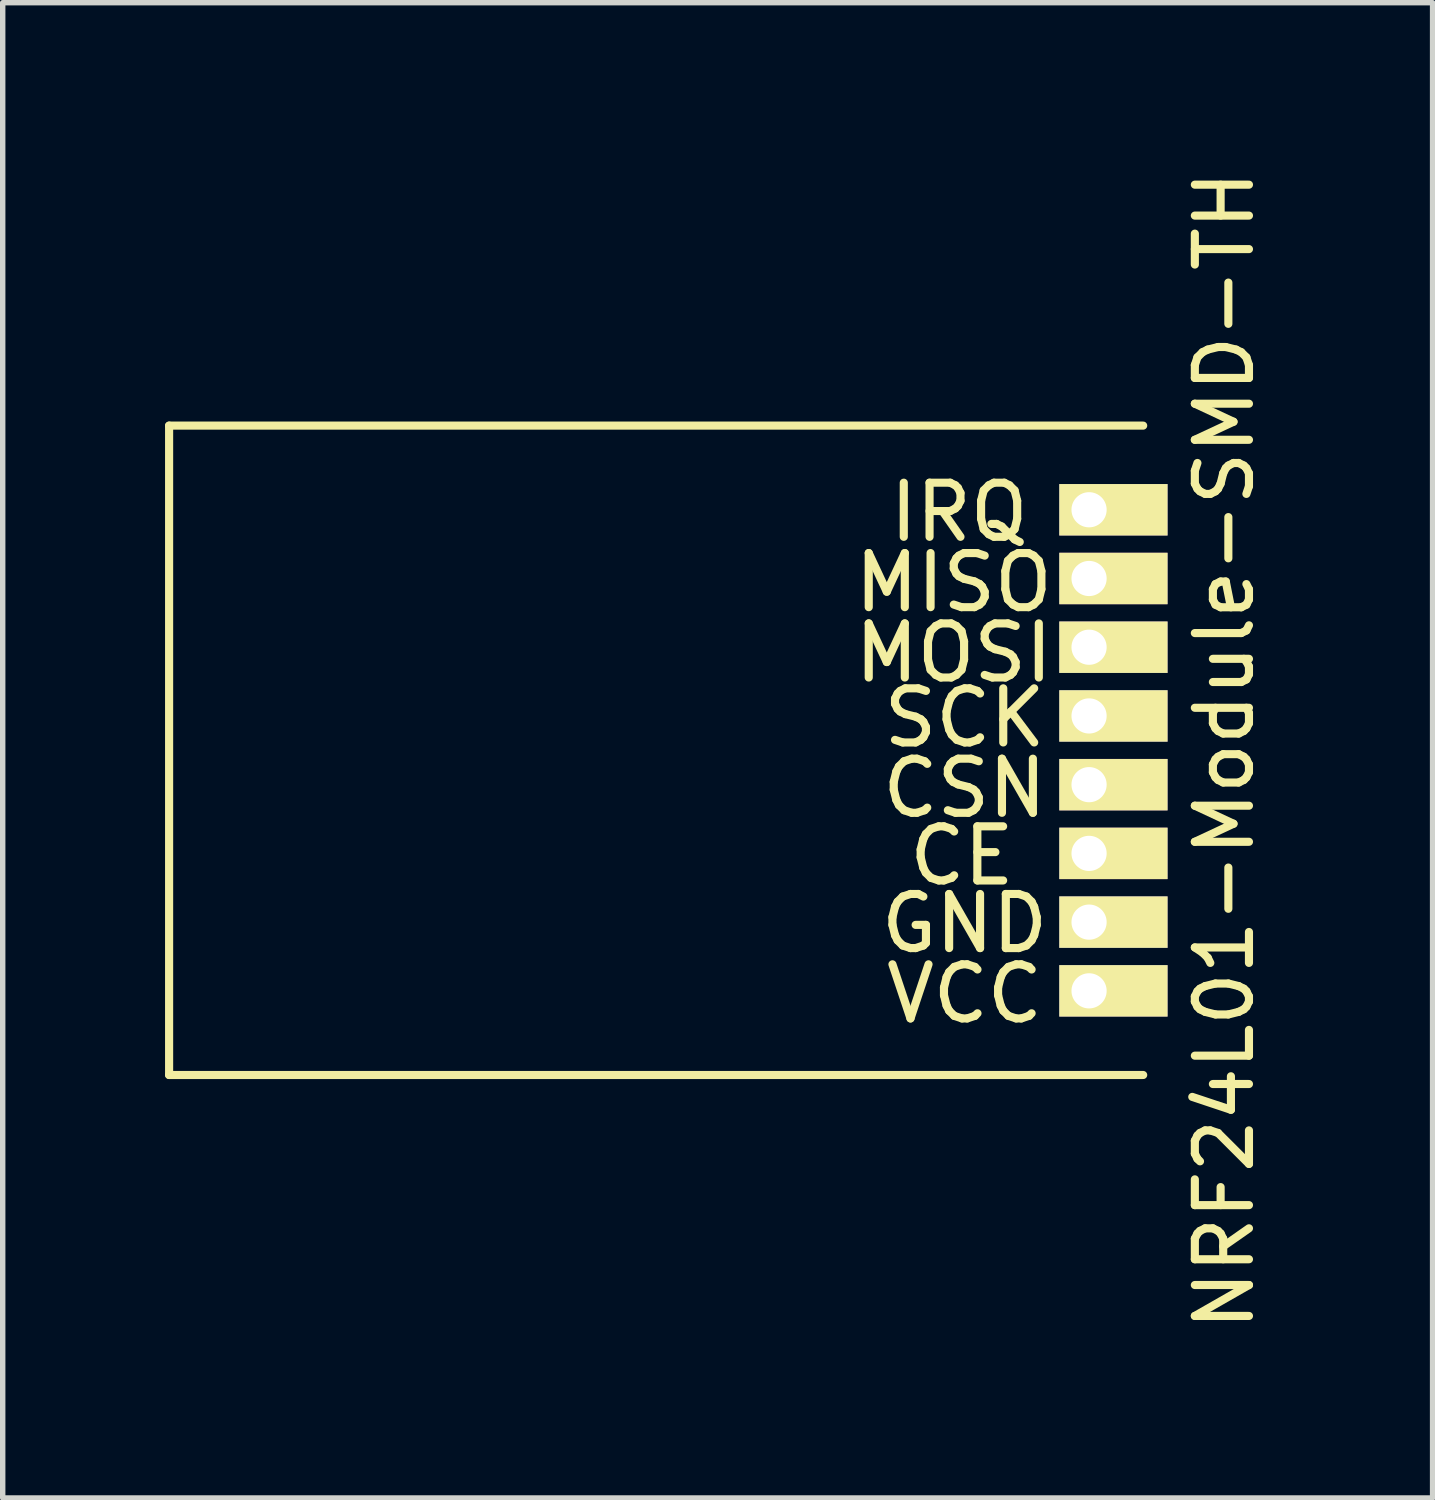
<source format=kicad_pcb>
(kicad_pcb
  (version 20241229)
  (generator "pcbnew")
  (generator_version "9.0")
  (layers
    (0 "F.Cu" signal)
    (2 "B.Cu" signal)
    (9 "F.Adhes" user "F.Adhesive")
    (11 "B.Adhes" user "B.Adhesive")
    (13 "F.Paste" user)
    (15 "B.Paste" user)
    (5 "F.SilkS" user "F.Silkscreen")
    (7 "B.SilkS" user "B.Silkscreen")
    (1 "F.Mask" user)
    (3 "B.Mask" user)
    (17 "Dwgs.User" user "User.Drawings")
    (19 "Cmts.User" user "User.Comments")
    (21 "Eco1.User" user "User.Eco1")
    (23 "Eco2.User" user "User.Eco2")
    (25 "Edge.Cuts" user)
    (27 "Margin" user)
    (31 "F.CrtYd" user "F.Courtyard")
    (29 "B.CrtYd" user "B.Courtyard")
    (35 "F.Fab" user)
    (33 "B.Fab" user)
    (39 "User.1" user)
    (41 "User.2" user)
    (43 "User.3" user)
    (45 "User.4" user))
  (footprint "NRF24L01-Module-SMD-TH"
    (layer "F.Cu")
    (at 17.075 10.815)
    (property "Reference" "NRF24L01-Module-SMD-TH" (at 2.5 0 270) (layer "F.SilkS") (effects (font (size 1 1) (thickness 0.15))))
    (attr through_hole)
    (fp_line (start -17 -6) (end -17 6) (stroke (width 0.15) (type solid)) (layer "F.SilkS"))
    (fp_line (start -17 6) (end 1 6) (stroke (width 0.15) (type solid)) (layer "F.SilkS"))
    (fp_line (start 1 -6) (end -17 -6) (stroke (width 0.15) (type solid)) (layer "F.SilkS"))
    (fp_text user "MOSI" (at -2.5 -1.8 0) (layer "F.SilkS") (effects (font (size 1 1) (thickness 0.15))))
    (fp_text user "MISO" (at -2.5 -3.1 0) (layer "F.SilkS") (effects (font (size 1 1) (thickness 0.15))))
    (fp_text user "IRQ" (at -2.4 -4.4 0) (layer "F.SilkS") (effects (font (size 1 1) (thickness 0.15))))
    (fp_text user "CE" (at -2.35 1.95 0) (layer "F.SilkS") (effects (font (size 1 1) (thickness 0.15))))
    (fp_text user "SCK" (at -2.3 -0.6 0) (layer "F.SilkS") (effects (font (size 1 1) (thickness 0.15))))
    (fp_text user "CSN" (at -2.3 0.7 0) (layer "F.SilkS") (effects (font (size 1 1) (thickness 0.15))))
    (fp_text user "VCC" (at -2.3 4.5 0) (layer "F.SilkS") (effects (font (size 1 1) (thickness 0.15))))
    (fp_text user "GND" (at -2.3 3.2 0) (layer "F.SilkS") (effects (font (size 1 1) (thickness 0.15))))
    (pad "1" thru_hole rect (at 0 4.445) (size 2 0.95) (drill 0.65 (offset 0.45 0)) (layers "*.Cu" "*.Mask" "F.SilkS"))
    (pad "2" thru_hole rect (at 0 3.175) (size 2 0.95) (drill 0.65 (offset 0.45 0)) (layers "*.Cu" "*.Mask" "F.SilkS"))
    (pad "3" thru_hole rect (at 0 1.905) (size 2 0.95) (drill 0.65 (offset 0.45 0)) (layers "*.Cu" "*.Mask" "F.SilkS"))
    (pad "4" thru_hole rect (at 0 0.635) (size 2 0.95) (drill 0.65 (offset 0.45 0)) (layers "*.Cu" "*.Mask" "F.SilkS"))
    (pad "5" thru_hole rect (at 0 -0.635) (size 2 0.95) (drill 0.65 (offset 0.45 0)) (layers "*.Cu" "*.Mask" "F.SilkS"))
    (pad "6" thru_hole rect (at 0 -1.905) (size 2 0.95) (drill 0.65 (offset 0.45 0)) (layers "*.Cu" "*.Mask" "F.SilkS"))
    (pad "7" thru_hole rect (at 0 -3.175) (size 2 0.95) (drill 0.65 (offset 0.45 0)) (layers "*.Cu" "*.Mask" "F.SilkS"))
    (pad "8" thru_hole rect (at 0 -4.445) (size 2 0.95) (drill 0.65 (offset 0.45 0)) (layers "*.Cu" "*.Mask" "F.SilkS")))
  (gr_rect
    (start -3 -3)
    (end 23.423 24.631)
    (stroke (width 0.1) (type default))
    (fill no)
    (layer "Edge.Cuts")))
</source>
